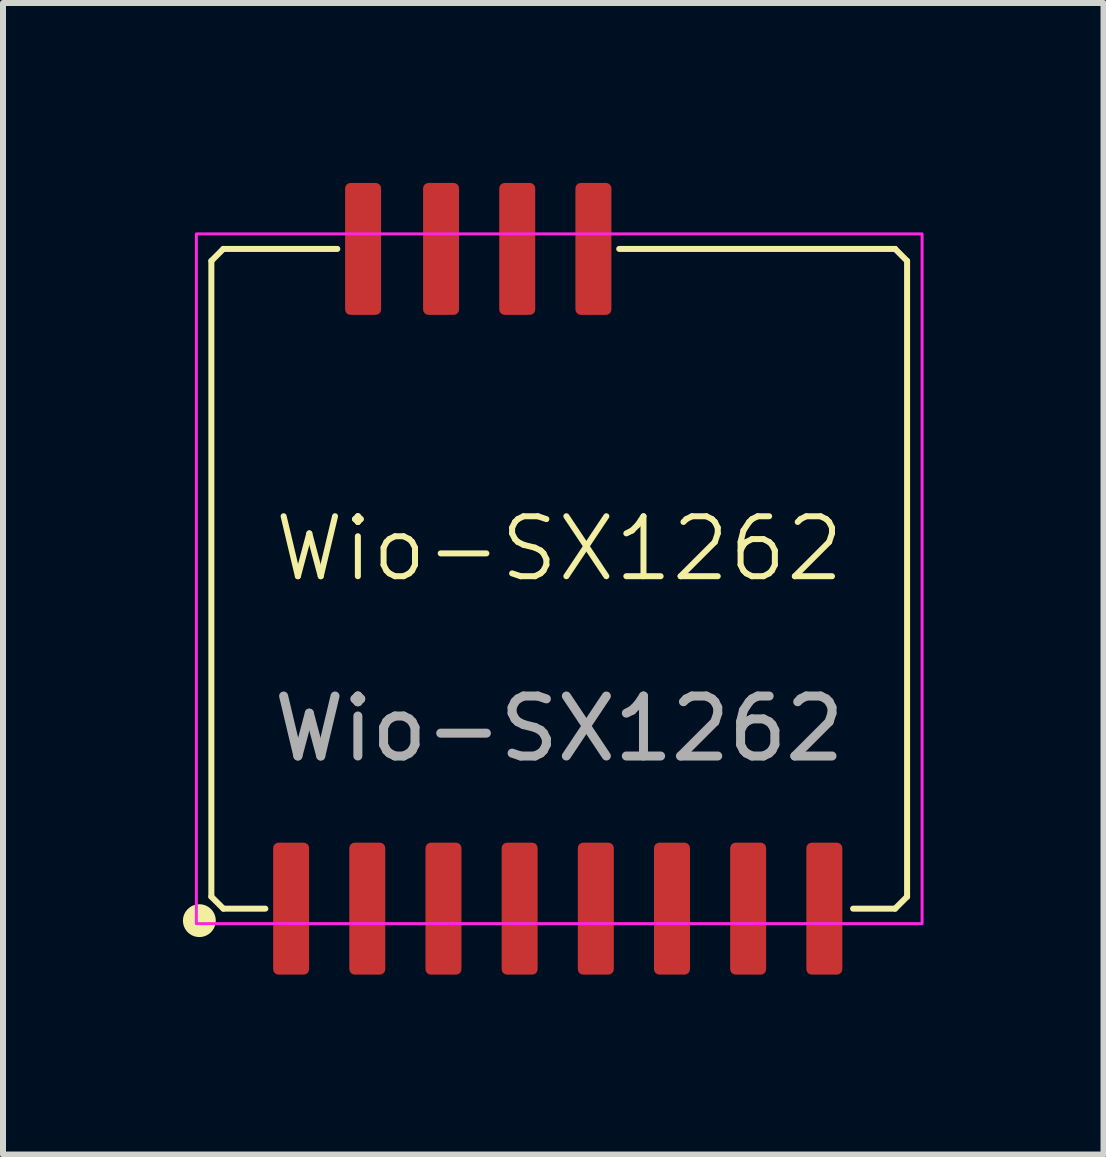
<source format=kicad_pcb>
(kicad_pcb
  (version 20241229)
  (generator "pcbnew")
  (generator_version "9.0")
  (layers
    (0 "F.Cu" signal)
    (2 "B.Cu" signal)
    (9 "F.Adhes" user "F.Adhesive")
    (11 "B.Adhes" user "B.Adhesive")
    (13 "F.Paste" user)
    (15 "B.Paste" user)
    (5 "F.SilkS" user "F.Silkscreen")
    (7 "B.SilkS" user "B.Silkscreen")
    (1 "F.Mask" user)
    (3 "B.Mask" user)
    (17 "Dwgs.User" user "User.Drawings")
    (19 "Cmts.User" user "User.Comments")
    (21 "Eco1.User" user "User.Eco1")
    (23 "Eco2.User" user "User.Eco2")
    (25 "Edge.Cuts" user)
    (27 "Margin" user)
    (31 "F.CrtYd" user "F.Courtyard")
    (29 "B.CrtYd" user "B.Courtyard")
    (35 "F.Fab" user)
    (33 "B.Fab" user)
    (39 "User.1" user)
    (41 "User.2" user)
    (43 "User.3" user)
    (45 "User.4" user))
  (footprint "Wio-SX1262"
    (layer "F.Cu")
    (at 6.274 6.6)
    (property "Reference" "Wio-SX1262" (at 0 -0.5 0) (unlocked yes) (layer "F.SilkS") (effects (font (size 1 1) (thickness 0.1))))
    (attr smd)
    (fp_line (start -5.8 5.3) (end -5.8 -5.3) (stroke (width 0.1) (type default)) (layer "F.SilkS"))
    (fp_line (start -5.6 -5.5) (end -5.8 -5.3) (stroke (width 0.1) (type default)) (layer "F.SilkS"))
    (fp_line (start -5.6 -5.5) (end -3.7 -5.5) (stroke (width 0.1) (type default)) (layer "F.SilkS"))
    (fp_line (start -5.6 5.5) (end -5.8 5.3) (stroke (width 0.1) (type default)) (layer "F.SilkS"))
    (fp_line (start -5.6 5.5) (end -4.9 5.5) (stroke (width 0.1) (type default)) (layer "F.SilkS"))
    (fp_line (start 5.6 -5.5) (end 1 -5.5) (stroke (width 0.1) (type default)) (layer "F.SilkS"))
    (fp_line (start 5.6 5.5) (end 4.9 5.5) (stroke (width 0.1) (type default)) (layer "F.SilkS"))
    (fp_line (start 5.8 -5.3) (end 5.6 -5.5) (stroke (width 0.1) (type default)) (layer "F.SilkS"))
    (fp_line (start 5.8 5.3) (end 5.6 5.5) (stroke (width 0.1) (type default)) (layer "F.SilkS"))
    (fp_line (start 5.8 5.3) (end 5.8 -5.3) (stroke (width 0.1) (type default)) (layer "F.SilkS"))
    (fp_circle (center -6 5.7) (end -5.9 5.5) (stroke (width 0.1) (type solid)) (fill yes) (layer "F.SilkS"))
    (fp_rect (start -6.05 -5.75) (end 6.05 5.75) (stroke (width 0.05) (type solid)) (fill no) (layer "F.CrtYd"))
    (fp_text user "${REFERENCE}" (at 0 2.5 0) (unlocked yes) (layer "F.Fab") (effects (font (size 1 1) (thickness 0.15))))
    (pad "1" smd roundrect (at -4.47 5.5) (size 0.6 2.2) (layers "F.Cu" "F.Mask" "F.Paste") (roundrect_rratio 0.15))
    (pad "2" smd roundrect (at -3.2 5.5) (size 0.6 2.2) (layers "F.Cu" "F.Mask" "F.Paste") (roundrect_rratio 0.15))
    (pad "3" smd roundrect (at -1.93 5.5) (size 0.6 2.2) (layers "F.Cu" "F.Mask" "F.Paste") (roundrect_rratio 0.15))
    (pad "4" smd roundrect (at -0.66 5.5) (size 0.6 2.2) (layers "F.Cu" "F.Mask" "F.Paste") (roundrect_rratio 0.15))
    (pad "5" smd roundrect (at 0.61 5.5) (size 0.6 2.2) (layers "F.Cu" "F.Mask" "F.Paste") (roundrect_rratio 0.15))
    (pad "6" smd roundrect (at 1.88 5.5) (size 0.6 2.2) (layers "F.Cu" "F.Mask" "F.Paste") (roundrect_rratio 0.15))
    (pad "7" smd roundrect (at 3.15 5.5) (size 0.6 2.2) (layers "F.Cu" "F.Mask" "F.Paste") (roundrect_rratio 0.15))
    (pad "8" smd roundrect (at 4.42 5.5) (size 0.6 2.2) (layers "F.Cu" "F.Mask" "F.Paste") (roundrect_rratio 0.15))
    (pad "9" smd roundrect (at 0.57 -5.5) (size 0.6 2.2) (layers "F.Cu" "F.Mask" "F.Paste") (roundrect_rratio 0.15))
    (pad "10" smd roundrect (at -0.7 -5.5) (size 0.6 2.2) (layers "F.Cu" "F.Mask" "F.Paste") (roundrect_rratio 0.15))
    (pad "11" smd roundrect (at -1.97 -5.5) (size 0.6 2.2) (layers "F.Cu" "F.Mask" "F.Paste") (roundrect_rratio 0.15))
    (pad "12" smd roundrect (at -3.27 -5.5) (size 0.6 2.2) (layers "F.Cu" "F.Mask" "F.Paste") (roundrect_rratio 0.15)))
  (gr_rect
    (start -3 -3)
    (end 15.349 16.2)
    (stroke (width 0.1) (type default))
    (fill no)
    (layer "Edge.Cuts")))
</source>
